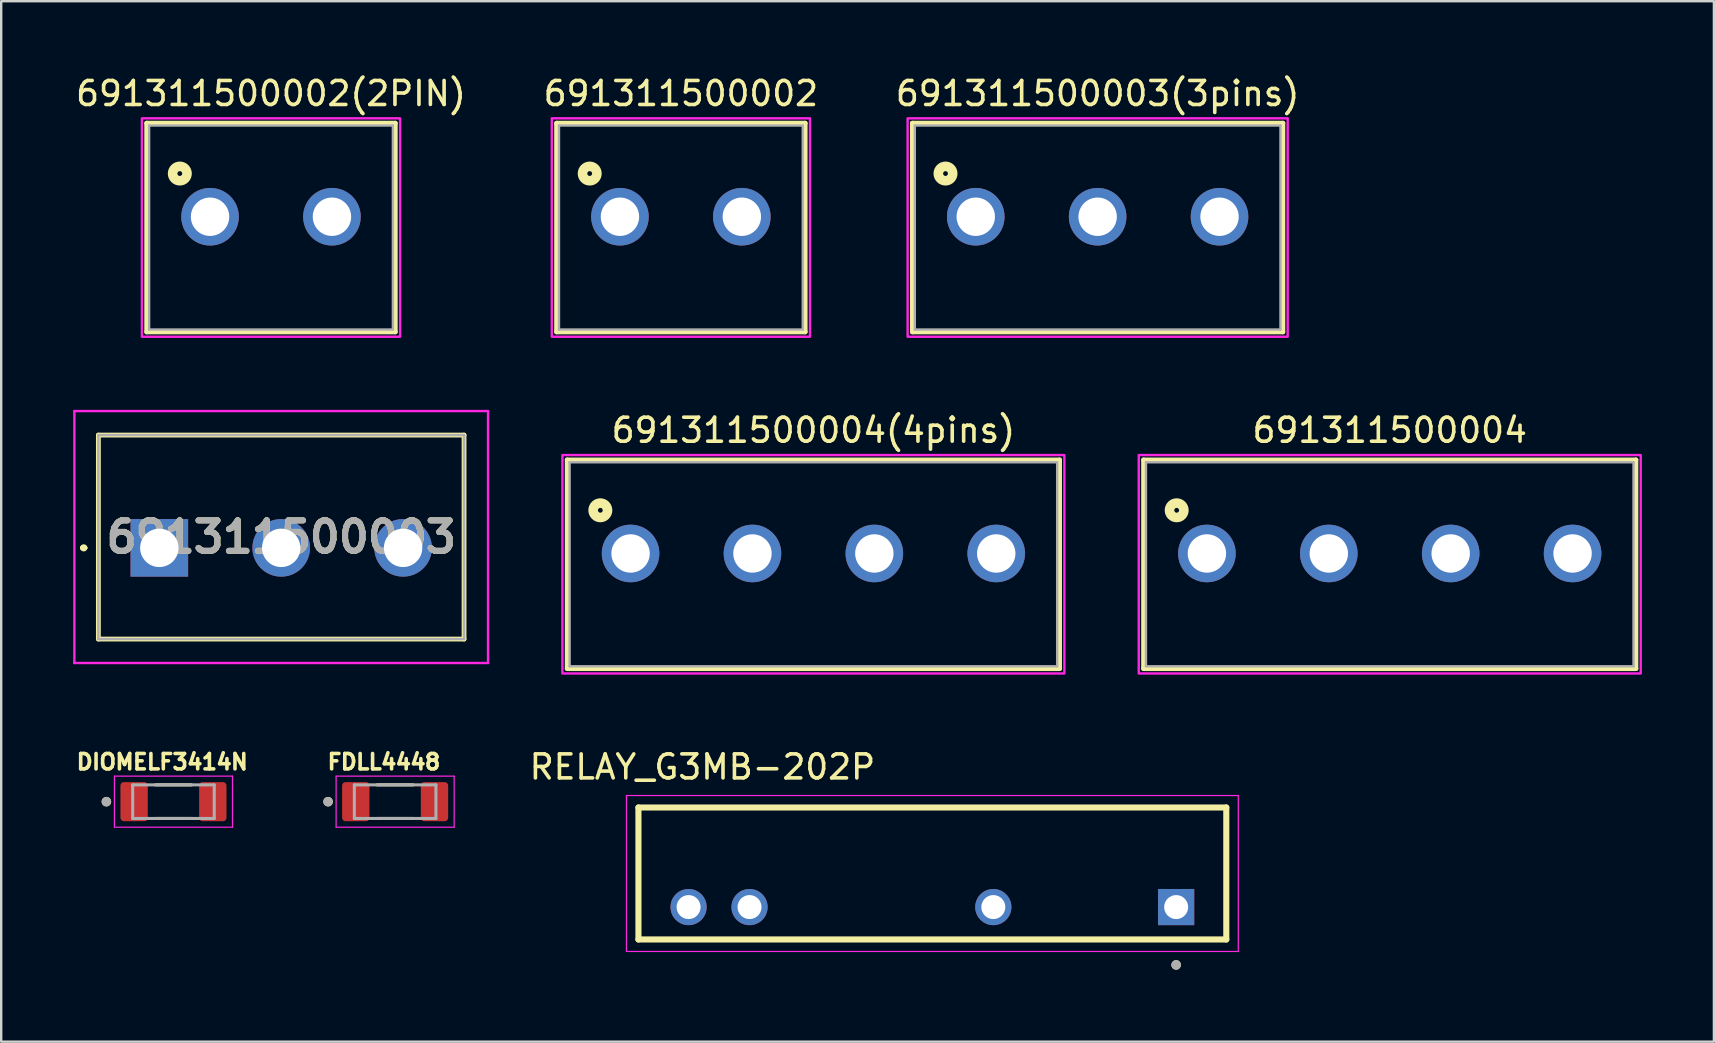
<source format=kicad_pcb>
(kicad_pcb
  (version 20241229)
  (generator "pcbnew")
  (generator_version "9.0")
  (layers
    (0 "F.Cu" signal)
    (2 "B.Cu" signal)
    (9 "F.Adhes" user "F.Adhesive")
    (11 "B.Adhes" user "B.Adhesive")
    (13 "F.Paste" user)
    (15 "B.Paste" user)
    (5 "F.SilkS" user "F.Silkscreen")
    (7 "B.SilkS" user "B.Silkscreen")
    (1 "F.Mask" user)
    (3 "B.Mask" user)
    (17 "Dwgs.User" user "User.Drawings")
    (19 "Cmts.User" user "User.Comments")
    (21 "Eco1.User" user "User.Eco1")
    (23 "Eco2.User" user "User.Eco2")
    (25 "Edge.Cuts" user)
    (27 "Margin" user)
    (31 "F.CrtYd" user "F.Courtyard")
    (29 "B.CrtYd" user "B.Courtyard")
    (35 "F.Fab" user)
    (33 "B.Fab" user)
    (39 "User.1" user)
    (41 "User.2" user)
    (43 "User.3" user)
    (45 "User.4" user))
  (footprint "691311500002"
    (layer "F.Cu")
    (at 25.327 5.983)
    (property "Reference" "691311500002" (at 0 -5.135 0) (layer "F.SilkS") (effects (font (size 1 1) (thickness 0.15))))
    (attr through_hole)
    (fp_line (start -5.18 -3.9) (end 5.18 -3.9) (stroke (width 0.2) (type solid)) (layer "F.SilkS"))
    (fp_line (start -5.18 4.8) (end -5.18 -3.9) (stroke (width 0.2) (type solid)) (layer "F.SilkS"))
    (fp_line (start 5.18 -3.9) (end 5.18 4.8) (stroke (width 0.2) (type solid)) (layer "F.SilkS"))
    (fp_line (start 5.18 4.8) (end -5.18 4.8) (stroke (width 0.2) (type solid)) (layer "F.SilkS"))
    (fp_circle (center -3.8 -1.8) (end -3.7 -1.8) (stroke (width 0.4) (type solid)) (fill no) (layer "F.SilkS"))
    (fp_poly (pts (xy 5.38 -4.1) (xy 5.38 5) (xy -5.38 5) (xy -5.38 -4.1)) (stroke (width 0.1) (type solid)) (fill no) (layer "F.CrtYd"))
    (fp_line (start -5.08 -3.8) (end -5.08 4.7) (stroke (width 0.1) (type solid)) (layer "F.Fab"))
    (fp_line (start -5.08 4.7) (end 5.08 4.7) (stroke (width 0.1) (type solid)) (layer "F.Fab"))
    (fp_line (start 5.08 -3.8) (end -5.08 -3.8) (stroke (width 0.1) (type solid)) (layer "F.Fab"))
    (fp_line (start 5.08 4.7) (end 5.08 -3.8) (stroke (width 0.1) (type solid)) (layer "F.Fab"))
    (pad "1" thru_hole circle (at -2.54 0) (size 2.4 2.4) (drill 1.6) (layers "*.Cu" "*.Mask"))
    (pad "2" thru_hole circle (at 2.54 0) (size 2.4 2.4) (drill 1.6) (layers "*.Cu" "*.Mask")))
  (footprint "RELAY_G3MB-202P"
    (layer "F.Cu")
    (at 35.808 33.354)
    (property "Reference" "RELAY_G3MB-202P" (at -9.584 -4.439 0) (layer "F.SilkS") (effects (font (size 1.001 1.001) (thickness 0.15))))
    (attr through_hole)
    (fp_line (start -12.25 -2.75) (end -12.25 2.75) (stroke (width 0.254) (type solid)) (layer "F.SilkS"))
    (fp_line (start -12.25 2.75) (end 12.25 2.75) (stroke (width 0.254) (type solid)) (layer "F.SilkS"))
    (fp_line (start 12.25 -2.75) (end -12.25 -2.75) (stroke (width 0.254) (type solid)) (layer "F.SilkS"))
    (fp_line (start 12.25 2.75) (end 12.25 -2.75) (stroke (width 0.254) (type solid)) (layer "F.SilkS"))
    (fp_circle (center 10.16 3.81) (end 10.26 3.81) (stroke (width 0.2) (type solid)) (fill no) (layer "F.SilkS"))
    (fp_line (start -12.75 -3.25) (end 12.75 -3.25) (stroke (width 0.05) (type solid)) (layer "F.CrtYd"))
    (fp_line (start -12.75 3.25) (end -12.75 -3.25) (stroke (width 0.05) (type solid)) (layer "F.CrtYd"))
    (fp_line (start 12.75 -3.25) (end 12.75 3.25) (stroke (width 0.05) (type solid)) (layer "F.CrtYd"))
    (fp_line (start 12.75 3.25) (end -12.75 3.25) (stroke (width 0.05) (type solid)) (layer "F.CrtYd"))
    (fp_circle (center 10.16 3.81) (end 10.26 3.81) (stroke (width 0.2) (type solid)) (fill no) (layer "F.Fab"))
    (pad "1" thru_hole rect (at 10.16 1.4) (size 1.508 1.508) (drill 1) (layers "*.Cu" "*.Mask"))
    (pad "2" thru_hole circle (at 2.54 1.4) (size 1.508 1.508) (drill 1) (layers "*.Cu" "*.Mask"))
    (pad "3" thru_hole circle (at -7.62 1.4) (size 1.508 1.508) (drill 1) (layers "*.Cu" "*.Mask"))
    (pad "4" thru_hole circle (at -10.16 1.4) (size 1.508 1.508) (drill 1) (layers "*.Cu" "*.Mask")))
  (footprint "691311500003(3pins)"
    (layer "F.Cu")
    (at 42.696 5.983)
    (property "Reference" "691311500003(3pins)" (at 0 -5.135 0) (layer "F.SilkS") (effects (font (size 1 1) (thickness 0.15))))
    (attr through_hole)
    (fp_line (start -7.72 -3.9) (end 7.72 -3.9) (stroke (width 0.2) (type solid)) (layer "F.SilkS"))
    (fp_line (start -7.72 4.8) (end -7.72 -3.9) (stroke (width 0.2) (type solid)) (layer "F.SilkS"))
    (fp_line (start 7.72 -3.9) (end 7.72 4.8) (stroke (width 0.2) (type solid)) (layer "F.SilkS"))
    (fp_line (start 7.72 4.8) (end -7.72 4.8) (stroke (width 0.2) (type solid)) (layer "F.SilkS"))
    (fp_circle (center -6.34 -1.8) (end -6.24 -1.8) (stroke (width 0.4) (type solid)) (fill no) (layer "F.SilkS"))
    (fp_poly (pts (xy 7.92 -4.1) (xy 7.92 5) (xy -7.92 5) (xy -7.92 -4.1)) (stroke (width 0.1) (type solid)) (fill no) (layer "F.CrtYd"))
    (fp_line (start -7.62 -3.8) (end -7.62 4.7) (stroke (width 0.1) (type solid)) (layer "F.Fab"))
    (fp_line (start -7.62 4.7) (end 7.62 4.7) (stroke (width 0.1) (type solid)) (layer "F.Fab"))
    (fp_line (start 7.62 -3.8) (end -7.62 -3.8) (stroke (width 0.1) (type solid)) (layer "F.Fab"))
    (fp_line (start 7.62 4.7) (end 7.62 -3.8) (stroke (width 0.1) (type solid)) (layer "F.Fab"))
    (pad "1" thru_hole circle (at -5.08 0) (size 2.4 2.4) (drill 1.6) (layers "*.Cu" "*.Mask"))
    (pad "2" thru_hole circle (at 0 0) (size 2.4 2.4) (drill 1.6) (layers "*.Cu" "*.Mask"))
    (pad "3" thru_hole circle (at 5.08 0) (size 2.4 2.4) (drill 1.6) (layers "*.Cu" "*.Mask")))
  (footprint "691311500002(2PIN)"
    (layer "F.Cu")
    (at 8.244 5.983)
    (property "Reference" "691311500002(2PIN)" (at 0 -5.135 0) (layer "F.SilkS") (effects (font (size 1 1) (thickness 0.15))))
    (attr through_hole)
    (fp_line (start -5.18 -3.9) (end 5.18 -3.9) (stroke (width 0.2) (type solid)) (layer "F.SilkS"))
    (fp_line (start -5.18 4.8) (end -5.18 -3.9) (stroke (width 0.2) (type solid)) (layer "F.SilkS"))
    (fp_line (start 5.18 -3.9) (end 5.18 4.8) (stroke (width 0.2) (type solid)) (layer "F.SilkS"))
    (fp_line (start 5.18 4.8) (end -5.18 4.8) (stroke (width 0.2) (type solid)) (layer "F.SilkS"))
    (fp_circle (center -3.8 -1.8) (end -3.7 -1.8) (stroke (width 0.4) (type solid)) (fill no) (layer "F.SilkS"))
    (fp_poly (pts (xy 5.38 -4.1) (xy 5.38 5) (xy -5.38 5) (xy -5.38 -4.1)) (stroke (width 0.1) (type solid)) (fill no) (layer "F.CrtYd"))
    (fp_line (start -5.08 -3.8) (end -5.08 4.7) (stroke (width 0.1) (type solid)) (layer "F.Fab"))
    (fp_line (start -5.08 4.7) (end 5.08 4.7) (stroke (width 0.1) (type solid)) (layer "F.Fab"))
    (fp_line (start 5.08 -3.8) (end -5.08 -3.8) (stroke (width 0.1) (type solid)) (layer "F.Fab"))
    (fp_line (start 5.08 4.7) (end 5.08 -3.8) (stroke (width 0.1) (type solid)) (layer "F.Fab"))
    (pad "1" thru_hole circle (at -2.54 0) (size 2.4 2.4) (drill 1.6) (layers "*.Cu" "*.Mask"))
    (pad "2" thru_hole circle (at 2.54 0) (size 2.4 2.4) (drill 1.6) (layers "*.Cu" "*.Mask")))
  (footprint "691311500004"
    (layer "F.Cu")
    (at 54.87 20.017)
    (property "Reference" "691311500004" (at 0 -5.135 0) (layer "F.SilkS") (effects (font (size 1 1) (thickness 0.15))))
    (attr through_hole)
    (fp_line (start -10.26 -3.9) (end 10.26 -3.9) (stroke (width 0.2) (type solid)) (layer "F.SilkS"))
    (fp_line (start -10.26 4.8) (end -10.26 -3.9) (stroke (width 0.2) (type solid)) (layer "F.SilkS"))
    (fp_line (start 10.26 -3.9) (end 10.26 4.8) (stroke (width 0.2) (type solid)) (layer "F.SilkS"))
    (fp_line (start 10.26 4.8) (end -10.26 4.8) (stroke (width 0.2) (type solid)) (layer "F.SilkS"))
    (fp_circle (center -8.88 -1.8) (end -8.78 -1.8) (stroke (width 0.4) (type solid)) (fill no) (layer "F.SilkS"))
    (fp_poly (pts (xy 10.46 -4.1) (xy 10.46 5) (xy -10.46 5) (xy -10.46 -4.1)) (stroke (width 0.1) (type solid)) (fill no) (layer "F.CrtYd"))
    (fp_line (start -10.16 -3.8) (end -10.16 4.7) (stroke (width 0.1) (type solid)) (layer "F.Fab"))
    (fp_line (start -10.16 4.7) (end 10.16 4.7) (stroke (width 0.1) (type solid)) (layer "F.Fab"))
    (fp_line (start 10.16 -3.8) (end -10.16 -3.8) (stroke (width 0.1) (type solid)) (layer "F.Fab"))
    (fp_line (start 10.16 4.7) (end 10.16 -3.8) (stroke (width 0.1) (type solid)) (layer "F.Fab"))
    (pad "1" thru_hole circle (at -7.62 0) (size 2.4 2.4) (drill 1.6) (layers "*.Cu" "*.Mask"))
    (pad "2" thru_hole circle (at -2.54 0) (size 2.4 2.4) (drill 1.6) (layers "*.Cu" "*.Mask"))
    (pad "3" thru_hole circle (at 2.54 0) (size 2.4 2.4) (drill 1.6) (layers "*.Cu" "*.Mask"))
    (pad "4" thru_hole circle (at 7.62 0) (size 2.4 2.4) (drill 1.6) (layers "*.Cu" "*.Mask")))
  (footprint "691311500003"
    (layer "F.Cu")
    (at 3.59 19.783)
    (property "Reference" "691311500003" (at 5.08 -0.45 0) (layer "F.SilkS") (effects (font (size 1.27 1.27) (thickness 0.254))))
    (attr through_hole)
    (fp_line (start -3.2 0) (end -3.2 0) (stroke (width 0.2) (type solid)) (layer "F.SilkS"))
    (fp_line (start -3.2 0) (end -3.1 0) (stroke (width 0.2) (type solid)) (layer "F.SilkS"))
    (fp_line (start -3.1 0) (end -3.1 0) (stroke (width 0.2) (type solid)) (layer "F.SilkS"))
    (fp_line (start -2.54 -4.7) (end 12.7 -4.7) (stroke (width 0.2) (type solid)) (layer "F.SilkS"))
    (fp_line (start -2.54 3.8) (end -2.54 -4.7) (stroke (width 0.2) (type solid)) (layer "F.SilkS"))
    (fp_line (start 12.7 -4.7) (end 12.7 3.8) (stroke (width 0.2) (type solid)) (layer "F.SilkS"))
    (fp_line (start 12.7 3.8) (end -2.54 3.8) (stroke (width 0.2) (type solid)) (layer "F.SilkS"))
    (fp_arc (start -3.2 0) (mid -3.15 -0.05) (end -3.1 0) (stroke (width 0.2) (type solid)) (layer "F.SilkS"))
    (fp_arc (start -3.1 0) (mid -3.15 0.05) (end -3.2 0) (stroke (width 0.2) (type solid)) (layer "F.SilkS"))
    (fp_line (start -3.54 -5.7) (end 13.7 -5.7) (stroke (width 0.1) (type solid)) (layer "F.CrtYd"))
    (fp_line (start -3.54 4.8) (end -3.54 -5.7) (stroke (width 0.1) (type solid)) (layer "F.CrtYd"))
    (fp_line (start 13.7 -5.7) (end 13.7 4.8) (stroke (width 0.1) (type solid)) (layer "F.CrtYd"))
    (fp_line (start 13.7 4.8) (end -3.54 4.8) (stroke (width 0.1) (type solid)) (layer "F.CrtYd"))
    (fp_line (start -2.54 -4.7) (end 12.7 -4.7) (stroke (width 0.1) (type solid)) (layer "F.Fab"))
    (fp_line (start -2.54 3.8) (end -2.54 -4.7) (stroke (width 0.1) (type solid)) (layer "F.Fab"))
    (fp_line (start 12.7 -4.7) (end 12.7 3.8) (stroke (width 0.1) (type solid)) (layer "F.Fab"))
    (fp_line (start 12.7 3.8) (end -2.54 3.8) (stroke (width 0.1) (type solid)) (layer "F.Fab"))
    (fp_text user "${REFERENCE}" (at 5.08 -0.45 0) (layer "F.Fab") (effects (font (size 1.27 1.27) (thickness 0.254))))
    (pad "1" thru_hole rect (at 0 0) (size 2.4 2.4) (drill 1.6) (layers "*.Cu" "*.Mask"))
    (pad "2" thru_hole circle (at 5.08 0) (size 2.4 2.4) (drill 1.6) (layers "*.Cu" "*.Mask"))
    (pad "3" thru_hole circle (at 10.16 0) (size 2.4 2.4) (drill 1.6) (layers "*.Cu" "*.Mask")))
  (footprint "DIOMELF3414N"
    (layer "F.Cu")
    (at 4.179 30.361)
    (property "Reference" "DIOMELF3414N" (at -0.468 -1.656 0) (layer "F.SilkS") (effects (font (size 0.64 0.64) (thickness 0.15))))
    (attr smd)
    (fp_line (start -0.75 -0.7) (end 0.75 -0.7) (stroke (width 0.127) (type solid)) (layer "F.SilkS"))
    (fp_line (start 0.75 0.7) (end -0.75 0.7) (stroke (width 0.127) (type solid)) (layer "F.SilkS"))
    (fp_circle (center -2.795 0) (end -2.695 0) (stroke (width 0.2) (type solid)) (fill no) (layer "F.SilkS"))
    (fp_line (start -2.46 -1.065) (end -2.46 1.065) (stroke (width 0.05) (type solid)) (layer "F.CrtYd"))
    (fp_line (start -2.46 -1.065) (end 2.46 -1.065) (stroke (width 0.05) (type solid)) (layer "F.CrtYd"))
    (fp_line (start 2.46 1.065) (end -2.46 1.065) (stroke (width 0.05) (type solid)) (layer "F.CrtYd"))
    (fp_line (start 2.46 1.065) (end 2.46 -1.065) (stroke (width 0.05) (type solid)) (layer "F.CrtYd"))
    (fp_line (start -1.7 -0.7) (end -1.7 0.7) (stroke (width 0.127) (type solid)) (layer "F.Fab"))
    (fp_line (start -1.7 -0.7) (end 1.7 -0.7) (stroke (width 0.127) (type solid)) (layer "F.Fab"))
    (fp_line (start 1.7 0.7) (end -1.7 0.7) (stroke (width 0.127) (type solid)) (layer "F.Fab"))
    (fp_line (start 1.7 0.7) (end 1.7 -0.7) (stroke (width 0.127) (type solid)) (layer "F.Fab"))
    (fp_circle (center -2.795 0) (end -2.695 0) (stroke (width 0.2) (type solid)) (fill no) (layer "F.Fab"))
    (pad "A" smd roundrect (at 1.64 0) (size 1.14 1.63) (layers "F.Cu" "F.Mask" "F.Paste") (roundrect_rratio 0.125))
    (pad "C" smd roundrect (at -1.64 0) (size 1.14 1.63) (layers "F.Cu" "F.Mask" "F.Paste") (roundrect_rratio 0.125)))
  (footprint "691311500004(4pins)"
    (layer "F.Cu")
    (at 30.85 20.017)
    (property "Reference" "691311500004(4pins)" (at 0 -5.135 0) (layer "F.SilkS") (effects (font (size 1 1) (thickness 0.15))))
    (attr through_hole)
    (fp_line (start -10.26 -3.9) (end 10.26 -3.9) (stroke (width 0.2) (type solid)) (layer "F.SilkS"))
    (fp_line (start -10.26 4.8) (end -10.26 -3.9) (stroke (width 0.2) (type solid)) (layer "F.SilkS"))
    (fp_line (start 10.26 -3.9) (end 10.26 4.8) (stroke (width 0.2) (type solid)) (layer "F.SilkS"))
    (fp_line (start 10.26 4.8) (end -10.26 4.8) (stroke (width 0.2) (type solid)) (layer "F.SilkS"))
    (fp_circle (center -8.88 -1.8) (end -8.78 -1.8) (stroke (width 0.4) (type solid)) (fill no) (layer "F.SilkS"))
    (fp_poly (pts (xy 10.46 -4.1) (xy 10.46 5) (xy -10.46 5) (xy -10.46 -4.1)) (stroke (width 0.1) (type solid)) (fill no) (layer "F.CrtYd"))
    (fp_line (start -10.16 -3.8) (end -10.16 4.7) (stroke (width 0.1) (type solid)) (layer "F.Fab"))
    (fp_line (start -10.16 4.7) (end 10.16 4.7) (stroke (width 0.1) (type solid)) (layer "F.Fab"))
    (fp_line (start 10.16 -3.8) (end -10.16 -3.8) (stroke (width 0.1) (type solid)) (layer "F.Fab"))
    (fp_line (start 10.16 4.7) (end 10.16 -3.8) (stroke (width 0.1) (type solid)) (layer "F.Fab"))
    (pad "1" thru_hole circle (at -7.62 0) (size 2.4 2.4) (drill 1.6) (layers "*.Cu" "*.Mask"))
    (pad "2" thru_hole circle (at -2.54 0) (size 2.4 2.4) (drill 1.6) (layers "*.Cu" "*.Mask"))
    (pad "3" thru_hole circle (at 2.54 0) (size 2.4 2.4) (drill 1.6) (layers "*.Cu" "*.Mask"))
    (pad "4" thru_hole circle (at 7.62 0) (size 2.4 2.4) (drill 1.6) (layers "*.Cu" "*.Mask")))
  (footprint "FDLL4448"
    (layer "F.Cu")
    (at 13.418 30.361)
    (property "Reference" "FDLL4448" (at -0.468 -1.656 0) (layer "F.SilkS") (effects (font (size 0.64 0.64) (thickness 0.15))))
    (attr smd)
    (fp_line (start -0.75 -0.7) (end 0.75 -0.7) (stroke (width 0.127) (type solid)) (layer "F.SilkS"))
    (fp_line (start 0.75 0.7) (end -0.75 0.7) (stroke (width 0.127) (type solid)) (layer "F.SilkS"))
    (fp_circle (center -2.795 0) (end -2.695 0) (stroke (width 0.2) (type solid)) (fill no) (layer "F.SilkS"))
    (fp_line (start -2.46 -1.065) (end -2.46 1.065) (stroke (width 0.05) (type solid)) (layer "F.CrtYd"))
    (fp_line (start -2.46 -1.065) (end 2.46 -1.065) (stroke (width 0.05) (type solid)) (layer "F.CrtYd"))
    (fp_line (start 2.46 1.065) (end -2.46 1.065) (stroke (width 0.05) (type solid)) (layer "F.CrtYd"))
    (fp_line (start 2.46 1.065) (end 2.46 -1.065) (stroke (width 0.05) (type solid)) (layer "F.CrtYd"))
    (fp_line (start -1.7 -0.7) (end -1.7 0.7) (stroke (width 0.127) (type solid)) (layer "F.Fab"))
    (fp_line (start -1.7 -0.7) (end 1.7 -0.7) (stroke (width 0.127) (type solid)) (layer "F.Fab"))
    (fp_line (start 1.7 0.7) (end -1.7 0.7) (stroke (width 0.127) (type solid)) (layer "F.Fab"))
    (fp_line (start 1.7 0.7) (end 1.7 -0.7) (stroke (width 0.127) (type solid)) (layer "F.Fab"))
    (fp_circle (center -2.795 0) (end -2.695 0) (stroke (width 0.2) (type solid)) (fill no) (layer "F.Fab"))
    (pad "A" smd roundrect (at 1.64 0) (size 1.14 1.63) (layers "F.Cu" "F.Mask" "F.Paste") (roundrect_rratio 0.125))
    (pad "C" smd roundrect (at -1.64 0) (size 1.14 1.63) (layers "F.Cu" "F.Mask" "F.Paste") (roundrect_rratio 0.125)))
  (gr_rect
    (start -3 -3)
    (end 68.38 40.364)
    (stroke (width 0.1) (type default))
    (fill no)
    (layer "Edge.Cuts")))
</source>
